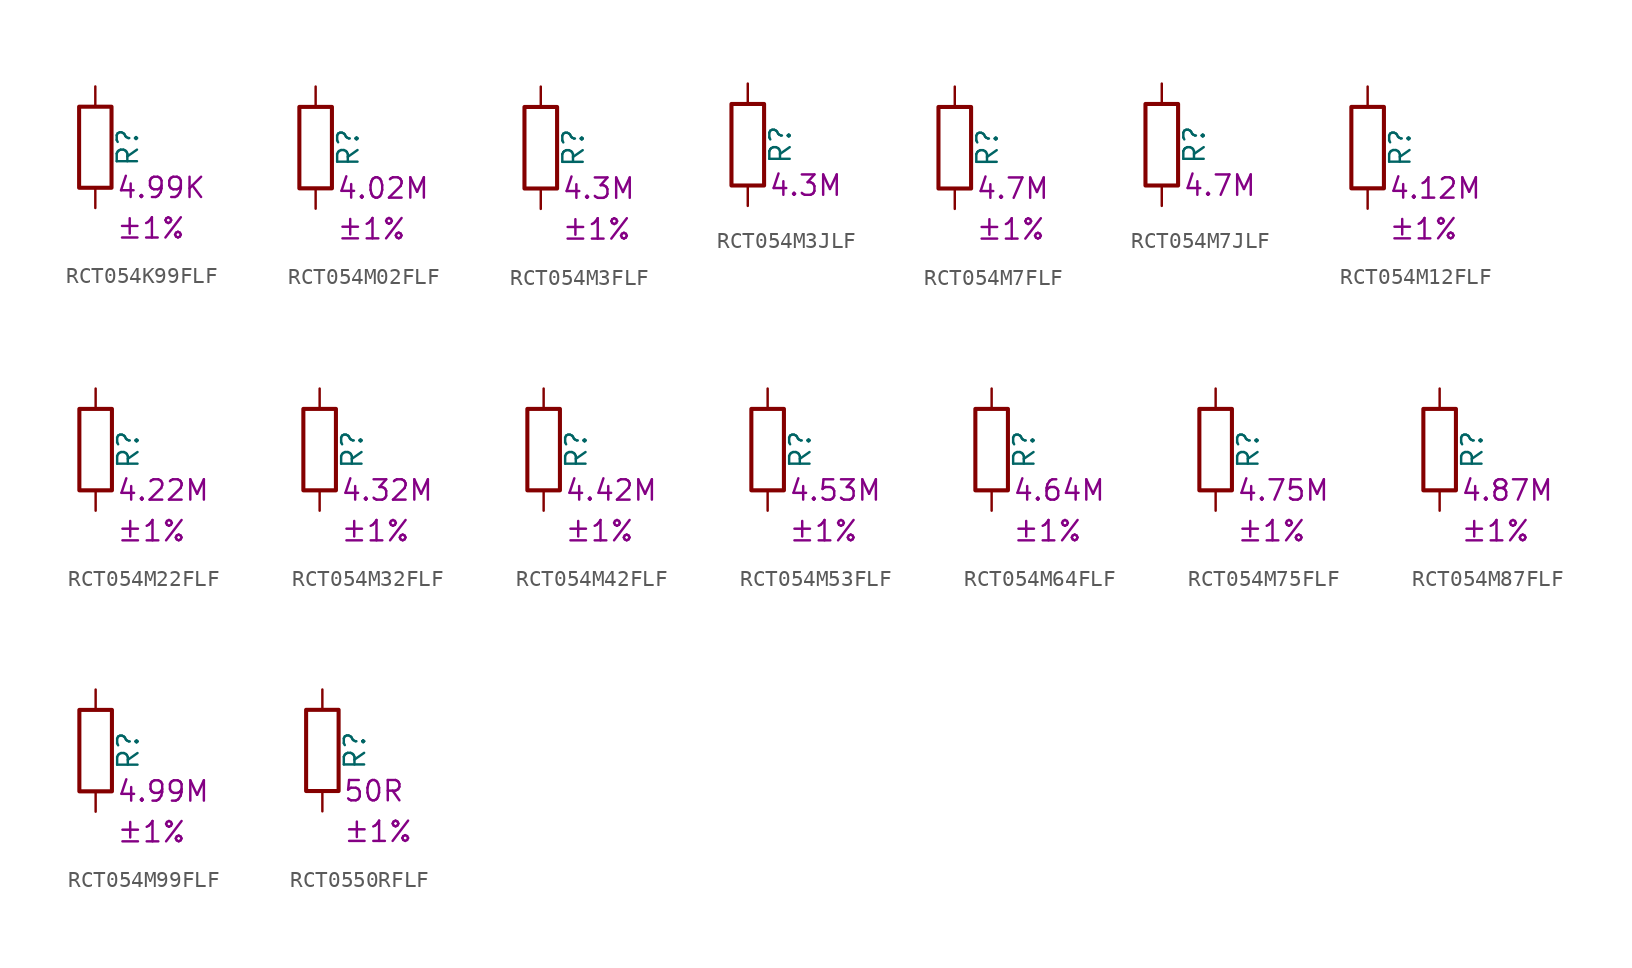
<source format=kicad_sym>
(kicad_symbol_lib
  (version 20220914)
  (generator kicad_symbol_editor)
  (symbol "RCT054K99FLF"
    (pin_numbers hide)
    (pin_names
      (offset 0))
    (property "Reference" "R"
      (at 2.032 0 90)
      (effects (font (size 1.27 1.27))))
    (property "Resistance" "4.99K"
      (at 1.27 -2.54 0)
      (effects (font (size 1.27 1.27)) (justify left)))
    (property "Tolerance" "±1%"
      (at 1.27 -5.08 0)
      (effects (font (size 1.27 1.27)) (justify left)))
    (symbol "RCT054K99FLF_0_1"
      (rectangle (start -1.016 -2.54) (end 1.016 2.54) (stroke (width 0.254) (type default)) (fill (type none))))
    (symbol "RCT054K99FLF_1_1"
      (pin passive line (at 0 3.81 270) (length 1.27) (name "~" (effects (font (size 1.27 1.27)))) (number "1" (effects (font (size 1.27 1.27)))))
      (pin passive line (at 0 -3.81 90) (length 1.27) (name "~" (effects (font (size 1.27 1.27)))) (number "2" (effects (font (size 1.27 1.27)))))))
  (symbol "RCT054M02FLF"
    (pin_numbers hide)
    (pin_names
      (offset 0))
    (property "Reference" "R"
      (at 2.032 0 90)
      (effects (font (size 1.27 1.27))))
    (property "Resistance" "4.02M"
      (at 1.27 -2.54 0)
      (effects (font (size 1.27 1.27)) (justify left)))
    (property "Tolerance" "±1%"
      (at 1.27 -5.08 0)
      (effects (font (size 1.27 1.27)) (justify left)))
    (symbol "RCT054M02FLF_0_1"
      (rectangle (start -1.016 -2.54) (end 1.016 2.54) (stroke (width 0.254) (type default)) (fill (type none))))
    (symbol "RCT054M02FLF_1_1"
      (pin passive line (at 0 3.81 270) (length 1.27) (name "~" (effects (font (size 1.27 1.27)))) (number "1" (effects (font (size 1.27 1.27)))))
      (pin passive line (at 0 -3.81 90) (length 1.27) (name "~" (effects (font (size 1.27 1.27)))) (number "2" (effects (font (size 1.27 1.27)))))))
  (symbol "RCT054M3FLF"
    (pin_numbers hide)
    (pin_names
      (offset 0))
    (property "Reference" "R"
      (at 2.032 0 90)
      (effects (font (size 1.27 1.27))))
    (property "Resistance" "4.3M"
      (at 1.27 -2.54 0)
      (effects (font (size 1.27 1.27)) (justify left)))
    (property "Tolerance" "±1%"
      (at 1.27 -5.08 0)
      (effects (font (size 1.27 1.27)) (justify left)))
    (symbol "RCT054M3FLF_0_1"
      (rectangle (start -1.016 -2.54) (end 1.016 2.54) (stroke (width 0.254) (type default)) (fill (type none))))
    (symbol "RCT054M3FLF_1_1"
      (pin passive line (at 0 3.81 270) (length 1.27) (name "~" (effects (font (size 1.27 1.27)))) (number "1" (effects (font (size 1.27 1.27)))))
      (pin passive line (at 0 -3.81 90) (length 1.27) (name "~" (effects (font (size 1.27 1.27)))) (number "2" (effects (font (size 1.27 1.27)))))))
  (symbol "RCT054M3JLF"
    (pin_numbers hide)
    (pin_names
      (offset 0))
    (property "Reference" "R"
      (at 2.032 0 90)
      (effects (font (size 1.27 1.27))))
    (property "Resistance" "4.3M"
      (at 1.27 -2.54 0)
      (effects (font (size 1.27 1.27)) (justify left)))
    (symbol "RCT054M3JLF_0_1"
      (rectangle (start -1.016 -2.54) (end 1.016 2.54) (stroke (width 0.254) (type default)) (fill (type none))))
    (symbol "RCT054M3JLF_1_1"
      (pin passive line (at 0 3.81 270) (length 1.27) (name "~" (effects (font (size 1.27 1.27)))) (number "1" (effects (font (size 1.27 1.27)))))
      (pin passive line (at 0 -3.81 90) (length 1.27) (name "~" (effects (font (size 1.27 1.27)))) (number "2" (effects (font (size 1.27 1.27)))))))
  (symbol "RCT054M7FLF"
    (pin_numbers hide)
    (pin_names
      (offset 0))
    (property "Reference" "R"
      (at 2.032 0 90)
      (effects (font (size 1.27 1.27))))
    (property "Resistance" "4.7M"
      (at 1.27 -2.54 0)
      (effects (font (size 1.27 1.27)) (justify left)))
    (property "Tolerance" "±1%"
      (at 1.27 -5.08 0)
      (effects (font (size 1.27 1.27)) (justify left)))
    (symbol "RCT054M7FLF_0_1"
      (rectangle (start -1.016 -2.54) (end 1.016 2.54) (stroke (width 0.254) (type default)) (fill (type none))))
    (symbol "RCT054M7FLF_1_1"
      (pin passive line (at 0 3.81 270) (length 1.27) (name "~" (effects (font (size 1.27 1.27)))) (number "1" (effects (font (size 1.27 1.27)))))
      (pin passive line (at 0 -3.81 90) (length 1.27) (name "~" (effects (font (size 1.27 1.27)))) (number "2" (effects (font (size 1.27 1.27)))))))
  (symbol "RCT054M7JLF"
    (pin_numbers hide)
    (pin_names
      (offset 0))
    (property "Reference" "R"
      (at 2.032 0 90)
      (effects (font (size 1.27 1.27))))
    (property "Resistance" "4.7M"
      (at 1.27 -2.54 0)
      (effects (font (size 1.27 1.27)) (justify left)))
    (symbol "RCT054M7JLF_0_1"
      (rectangle (start -1.016 -2.54) (end 1.016 2.54) (stroke (width 0.254) (type default)) (fill (type none))))
    (symbol "RCT054M7JLF_1_1"
      (pin passive line (at 0 3.81 270) (length 1.27) (name "~" (effects (font (size 1.27 1.27)))) (number "1" (effects (font (size 1.27 1.27)))))
      (pin passive line (at 0 -3.81 90) (length 1.27) (name "~" (effects (font (size 1.27 1.27)))) (number "2" (effects (font (size 1.27 1.27)))))))
  (symbol "RCT054M12FLF"
    (pin_numbers hide)
    (pin_names
      (offset 0))
    (property "Reference" "R"
      (at 2.032 0 90)
      (effects (font (size 1.27 1.27))))
    (property "Resistance" "4.12M"
      (at 1.27 -2.54 0)
      (effects (font (size 1.27 1.27)) (justify left)))
    (property "Tolerance" "±1%"
      (at 1.27 -5.08 0)
      (effects (font (size 1.27 1.27)) (justify left)))
    (symbol "RCT054M12FLF_0_1"
      (rectangle (start -1.016 -2.54) (end 1.016 2.54) (stroke (width 0.254) (type default)) (fill (type none))))
    (symbol "RCT054M12FLF_1_1"
      (pin passive line (at 0 3.81 270) (length 1.27) (name "~" (effects (font (size 1.27 1.27)))) (number "1" (effects (font (size 1.27 1.27)))))
      (pin passive line (at 0 -3.81 90) (length 1.27) (name "~" (effects (font (size 1.27 1.27)))) (number "2" (effects (font (size 1.27 1.27)))))))
  (symbol "RCT054M22FLF"
    (pin_numbers hide)
    (pin_names
      (offset 0))
    (property "Reference" "R"
      (at 2.032 0 90)
      (effects (font (size 1.27 1.27))))
    (property "Resistance" "4.22M"
      (at 1.27 -2.54 0)
      (effects (font (size 1.27 1.27)) (justify left)))
    (property "Tolerance" "±1%"
      (at 1.27 -5.08 0)
      (effects (font (size 1.27 1.27)) (justify left)))
    (symbol "RCT054M22FLF_0_1"
      (rectangle (start -1.016 -2.54) (end 1.016 2.54) (stroke (width 0.254) (type default)) (fill (type none))))
    (symbol "RCT054M22FLF_1_1"
      (pin passive line (at 0 3.81 270) (length 1.27) (name "~" (effects (font (size 1.27 1.27)))) (number "1" (effects (font (size 1.27 1.27)))))
      (pin passive line (at 0 -3.81 90) (length 1.27) (name "~" (effects (font (size 1.27 1.27)))) (number "2" (effects (font (size 1.27 1.27)))))))
  (symbol "RCT054M32FLF"
    (pin_numbers hide)
    (pin_names
      (offset 0))
    (property "Reference" "R"
      (at 2.032 0 90)
      (effects (font (size 1.27 1.27))))
    (property "Resistance" "4.32M"
      (at 1.27 -2.54 0)
      (effects (font (size 1.27 1.27)) (justify left)))
    (property "Tolerance" "±1%"
      (at 1.27 -5.08 0)
      (effects (font (size 1.27 1.27)) (justify left)))
    (symbol "RCT054M32FLF_0_1"
      (rectangle (start -1.016 -2.54) (end 1.016 2.54) (stroke (width 0.254) (type default)) (fill (type none))))
    (symbol "RCT054M32FLF_1_1"
      (pin passive line (at 0 3.81 270) (length 1.27) (name "~" (effects (font (size 1.27 1.27)))) (number "1" (effects (font (size 1.27 1.27)))))
      (pin passive line (at 0 -3.81 90) (length 1.27) (name "~" (effects (font (size 1.27 1.27)))) (number "2" (effects (font (size 1.27 1.27)))))))
  (symbol "RCT054M42FLF"
    (pin_numbers hide)
    (pin_names
      (offset 0))
    (property "Reference" "R"
      (at 2.032 0 90)
      (effects (font (size 1.27 1.27))))
    (property "Resistance" "4.42M"
      (at 1.27 -2.54 0)
      (effects (font (size 1.27 1.27)) (justify left)))
    (property "Tolerance" "±1%"
      (at 1.27 -5.08 0)
      (effects (font (size 1.27 1.27)) (justify left)))
    (symbol "RCT054M42FLF_0_1"
      (rectangle (start -1.016 -2.54) (end 1.016 2.54) (stroke (width 0.254) (type default)) (fill (type none))))
    (symbol "RCT054M42FLF_1_1"
      (pin passive line (at 0 3.81 270) (length 1.27) (name "~" (effects (font (size 1.27 1.27)))) (number "1" (effects (font (size 1.27 1.27)))))
      (pin passive line (at 0 -3.81 90) (length 1.27) (name "~" (effects (font (size 1.27 1.27)))) (number "2" (effects (font (size 1.27 1.27)))))))
  (symbol "RCT054M53FLF"
    (pin_numbers hide)
    (pin_names
      (offset 0))
    (property "Reference" "R"
      (at 2.032 0 90)
      (effects (font (size 1.27 1.27))))
    (property "Resistance" "4.53M"
      (at 1.27 -2.54 0)
      (effects (font (size 1.27 1.27)) (justify left)))
    (property "Tolerance" "±1%"
      (at 1.27 -5.08 0)
      (effects (font (size 1.27 1.27)) (justify left)))
    (symbol "RCT054M53FLF_0_1"
      (rectangle (start -1.016 -2.54) (end 1.016 2.54) (stroke (width 0.254) (type default)) (fill (type none))))
    (symbol "RCT054M53FLF_1_1"
      (pin passive line (at 0 3.81 270) (length 1.27) (name "~" (effects (font (size 1.27 1.27)))) (number "1" (effects (font (size 1.27 1.27)))))
      (pin passive line (at 0 -3.81 90) (length 1.27) (name "~" (effects (font (size 1.27 1.27)))) (number "2" (effects (font (size 1.27 1.27)))))))
  (symbol "RCT054M64FLF"
    (pin_numbers hide)
    (pin_names
      (offset 0))
    (property "Reference" "R"
      (at 2.032 0 90)
      (effects (font (size 1.27 1.27))))
    (property "Resistance" "4.64M"
      (at 1.27 -2.54 0)
      (effects (font (size 1.27 1.27)) (justify left)))
    (property "Tolerance" "±1%"
      (at 1.27 -5.08 0)
      (effects (font (size 1.27 1.27)) (justify left)))
    (symbol "RCT054M64FLF_0_1"
      (rectangle (start -1.016 -2.54) (end 1.016 2.54) (stroke (width 0.254) (type default)) (fill (type none))))
    (symbol "RCT054M64FLF_1_1"
      (pin passive line (at 0 3.81 270) (length 1.27) (name "~" (effects (font (size 1.27 1.27)))) (number "1" (effects (font (size 1.27 1.27)))))
      (pin passive line (at 0 -3.81 90) (length 1.27) (name "~" (effects (font (size 1.27 1.27)))) (number "2" (effects (font (size 1.27 1.27)))))))
  (symbol "RCT054M75FLF"
    (pin_numbers hide)
    (pin_names
      (offset 0))
    (property "Reference" "R"
      (at 2.032 0 90)
      (effects (font (size 1.27 1.27))))
    (property "Resistance" "4.75M"
      (at 1.27 -2.54 0)
      (effects (font (size 1.27 1.27)) (justify left)))
    (property "Tolerance" "±1%"
      (at 1.27 -5.08 0)
      (effects (font (size 1.27 1.27)) (justify left)))
    (symbol "RCT054M75FLF_0_1"
      (rectangle (start -1.016 -2.54) (end 1.016 2.54) (stroke (width 0.254) (type default)) (fill (type none))))
    (symbol "RCT054M75FLF_1_1"
      (pin passive line (at 0 3.81 270) (length 1.27) (name "~" (effects (font (size 1.27 1.27)))) (number "1" (effects (font (size 1.27 1.27)))))
      (pin passive line (at 0 -3.81 90) (length 1.27) (name "~" (effects (font (size 1.27 1.27)))) (number "2" (effects (font (size 1.27 1.27)))))))
  (symbol "RCT054M87FLF"
    (pin_numbers hide)
    (pin_names
      (offset 0))
    (property "Reference" "R"
      (at 2.032 0 90)
      (effects (font (size 1.27 1.27))))
    (property "Resistance" "4.87M"
      (at 1.27 -2.54 0)
      (effects (font (size 1.27 1.27)) (justify left)))
    (property "Tolerance" "±1%"
      (at 1.27 -5.08 0)
      (effects (font (size 1.27 1.27)) (justify left)))
    (symbol "RCT054M87FLF_0_1"
      (rectangle (start -1.016 -2.54) (end 1.016 2.54) (stroke (width 0.254) (type default)) (fill (type none))))
    (symbol "RCT054M87FLF_1_1"
      (pin passive line (at 0 3.81 270) (length 1.27) (name "~" (effects (font (size 1.27 1.27)))) (number "1" (effects (font (size 1.27 1.27)))))
      (pin passive line (at 0 -3.81 90) (length 1.27) (name "~" (effects (font (size 1.27 1.27)))) (number "2" (effects (font (size 1.27 1.27)))))))
  (symbol "RCT054M99FLF"
    (pin_numbers hide)
    (pin_names
      (offset 0))
    (property "Reference" "R"
      (at 2.032 0 90)
      (effects (font (size 1.27 1.27))))
    (property "Resistance" "4.99M"
      (at 1.27 -2.54 0)
      (effects (font (size 1.27 1.27)) (justify left)))
    (property "Tolerance" "±1%"
      (at 1.27 -5.08 0)
      (effects (font (size 1.27 1.27)) (justify left)))
    (symbol "RCT054M99FLF_0_1"
      (rectangle (start -1.016 -2.54) (end 1.016 2.54) (stroke (width 0.254) (type default)) (fill (type none))))
    (symbol "RCT054M99FLF_1_1"
      (pin passive line (at 0 3.81 270) (length 1.27) (name "~" (effects (font (size 1.27 1.27)))) (number "1" (effects (font (size 1.27 1.27)))))
      (pin passive line (at 0 -3.81 90) (length 1.27) (name "~" (effects (font (size 1.27 1.27)))) (number "2" (effects (font (size 1.27 1.27)))))))
  (symbol "RCT0550RFLF"
    (pin_numbers hide)
    (pin_names
      (offset 0))
    (property "Reference" "R"
      (at 2.032 0 90)
      (effects (font (size 1.27 1.27))))
    (property "Resistance" "50R"
      (at 1.27 -2.54 0)
      (effects (font (size 1.27 1.27)) (justify left)))
    (property "Tolerance" "±1%"
      (at 1.27 -5.08 0)
      (effects (font (size 1.27 1.27)) (justify left)))
    (symbol "RCT0550RFLF_0_1"
      (rectangle (start -1.016 -2.54) (end 1.016 2.54) (stroke (width 0.254) (type default)) (fill (type none))))
    (symbol "RCT0550RFLF_1_1"
      (pin passive line (at 0 3.81 270) (length 1.27) (name "~" (effects (font (size 1.27 1.27)))) (number "1" (effects (font (size 1.27 1.27)))))
      (pin passive line (at 0 -3.81 90) (length 1.27) (name "~" (effects (font (size 1.27 1.27)))) (number "2" (effects (font (size 1.27 1.27))))))))
</source>
